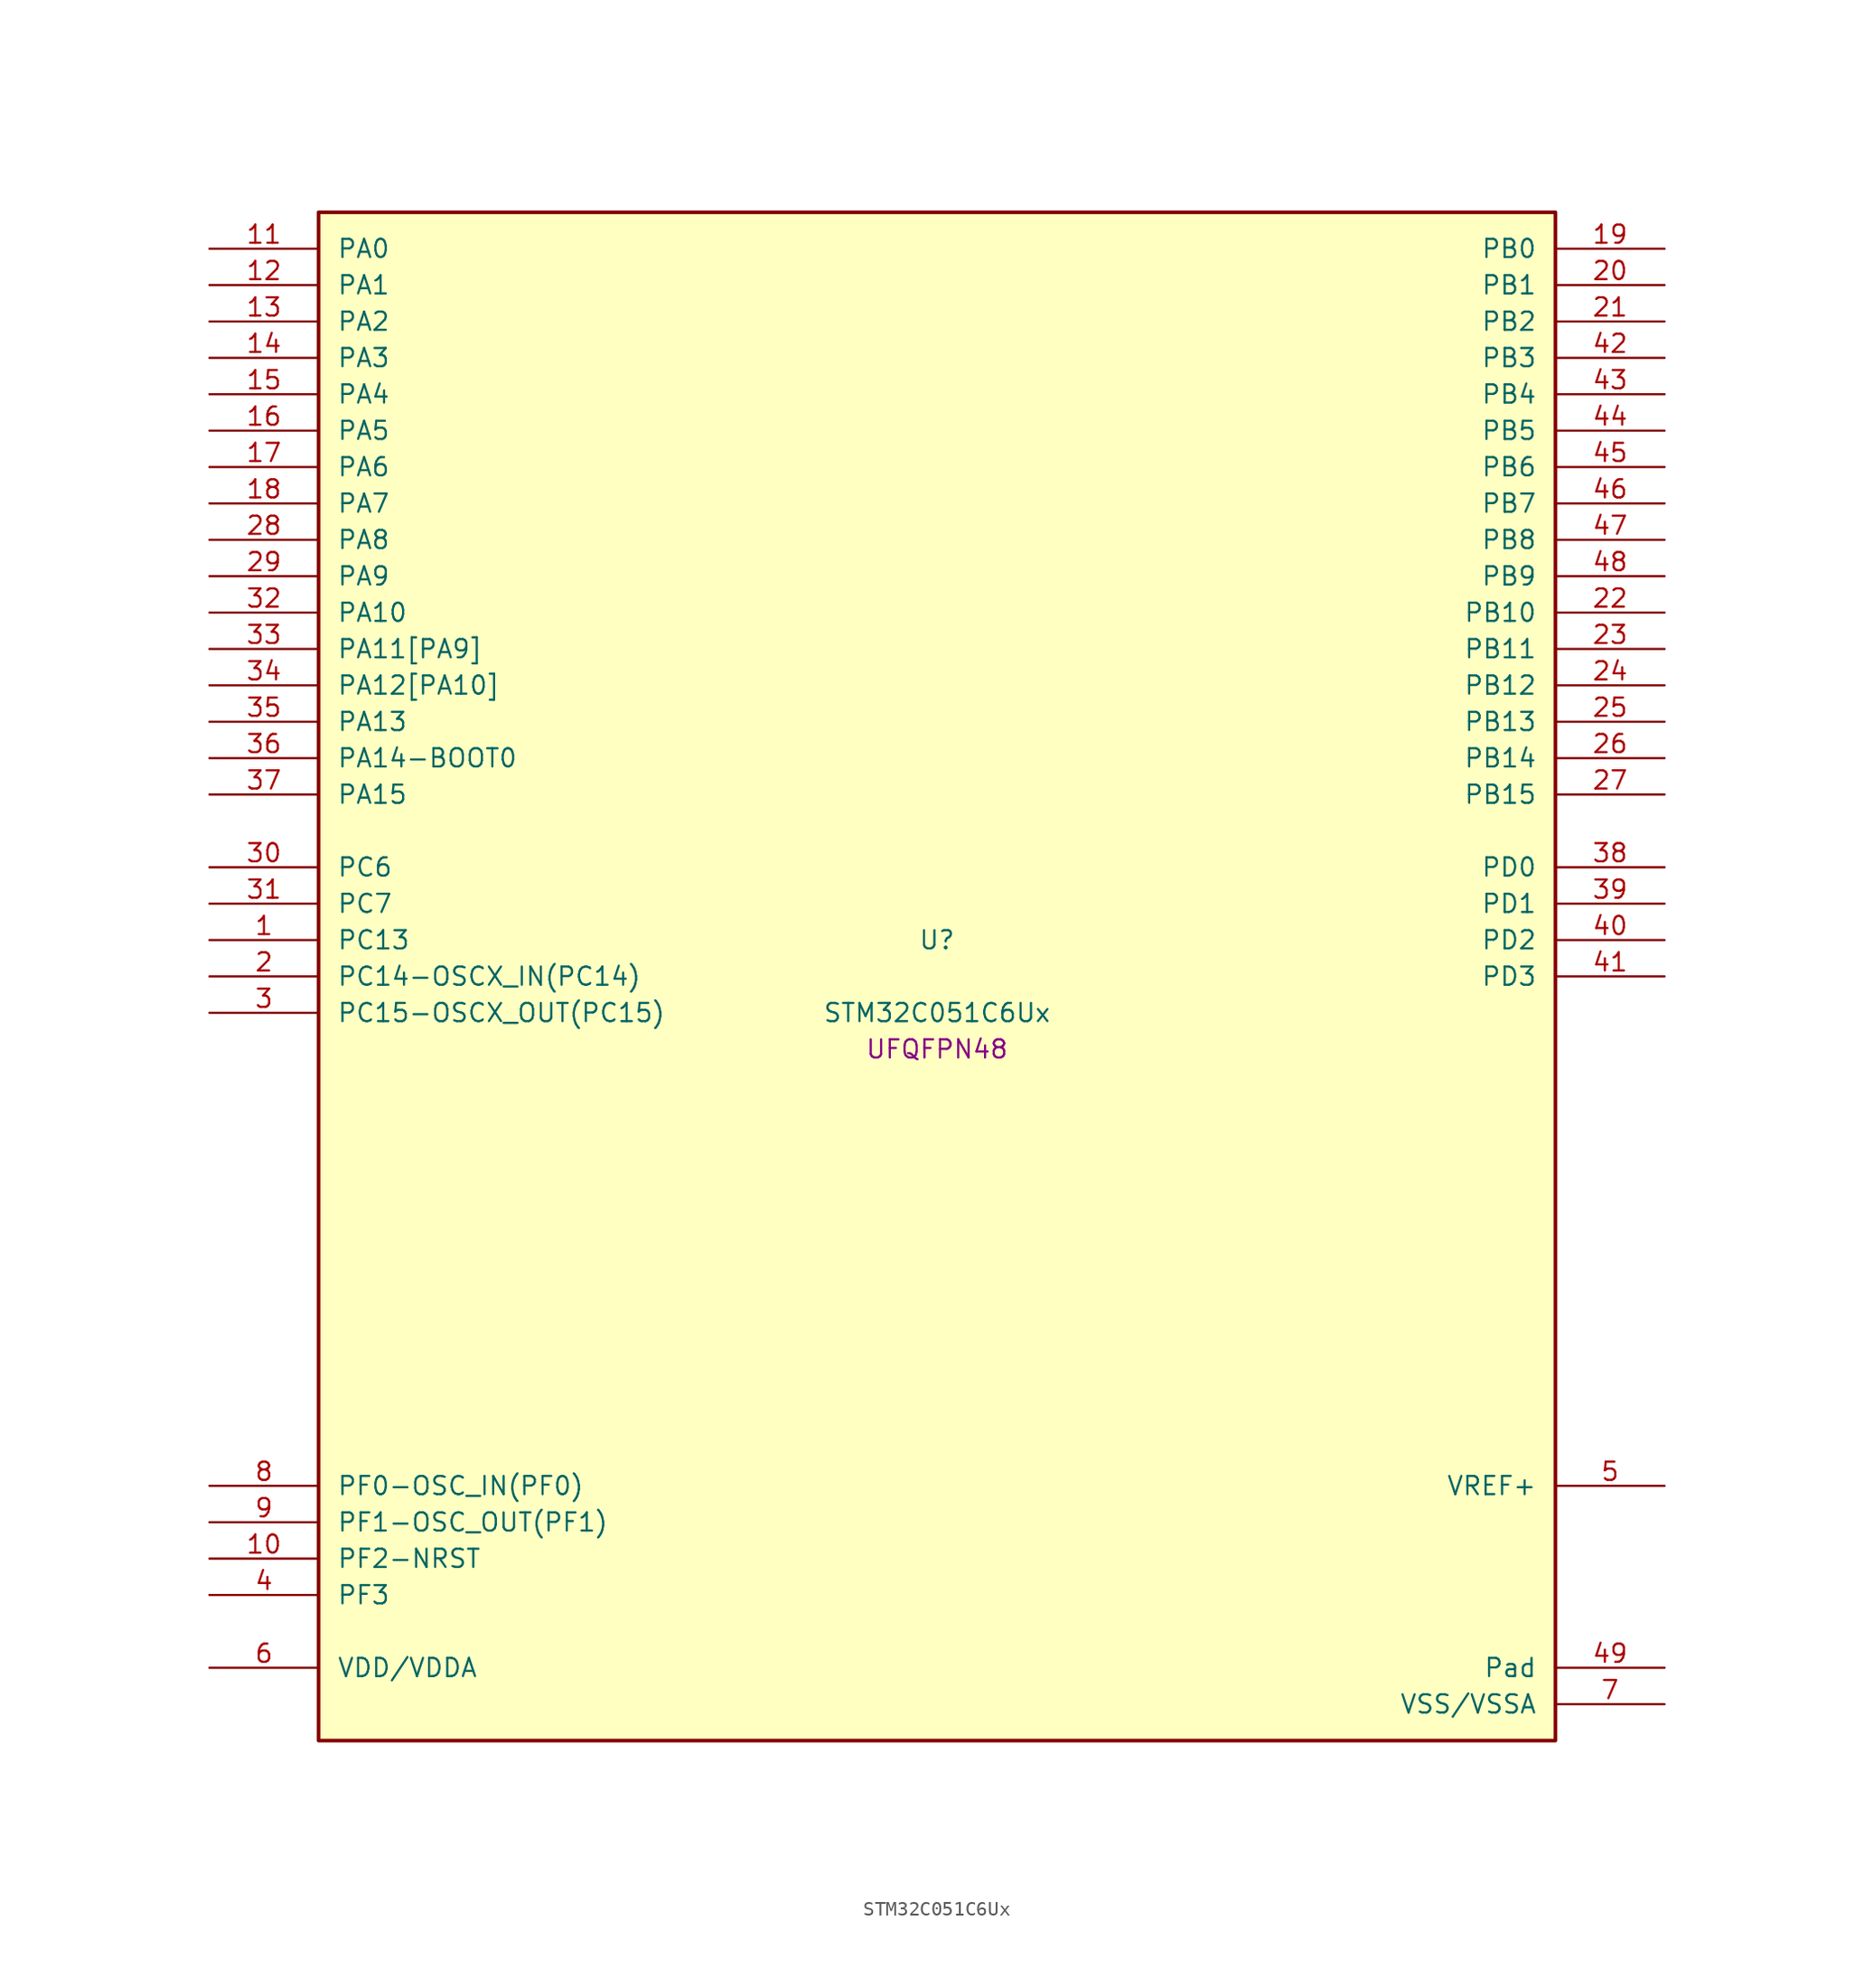
<source format=kicad_sym>
(kicad_symbol_lib
  (version 20241209)
  (generator "stm32_pkl_generator")
  (generator_version "1.0")
  (symbol "STM32C051C6Ux"
    (pin_names
      (offset 1.27))
    (property "Reference" "U"
      (at 0 2.54 0))
    (property "Value" "STM32C051C6Ux"
      (at 0 -2.54 0))
    (property "Footprint" "UFQFPN48"
      (at 0 -5.08 0))
    (symbol "STM32C051C6Ux_1_1"
      (rectangle (start -43.18 53.34) (end 43.18 -53.34) (stroke (width 0.254) (type solid)) (fill (type background)))
      (pin bidirectional line (at -50.8 50.8 0) (length 7.62) (name "PA0") (number "11") (alternate "PA0/ADC1_IN0" bidirectional line) (alternate "PA0/PWR_WKUP1" bidirectional line) (alternate "PA0/SPI2_SCK" bidirectional line) (alternate "PA0/TIM16_CH1" bidirectional line) (alternate "PA0/TIM1_CH1" bidirectional line) (alternate "PA0/TIM2_CH1" bidirectional line) (alternate "PA0/TIM2_ETR" bidirectional line) (alternate "PA0/USART1_TX" bidirectional line) (alternate "PA0/USART2_CTS" bidirectional line) (alternate "PA0/USART2_NSS" bidirectional line))
      (pin bidirectional line (at -50.8 48.26 0) (length 7.62) (name "PA1") (number "12") (alternate "PA1/ADC1_IN1" bidirectional line) (alternate "PA1/I2C1_SMBA" bidirectional line) (alternate "PA1/I2S1_CK" bidirectional line) (alternate "PA1/SPI1_SCK" bidirectional line) (alternate "PA1/TIM17_CH1" bidirectional line) (alternate "PA1/TIM1_CH2" bidirectional line) (alternate "PA1/TIM2_CH2" bidirectional line) (alternate "PA1/USART1_RX" bidirectional line) (alternate "PA1/USART2_CK" bidirectional line) (alternate "PA1/USART2_DE" bidirectional line) (alternate "PA1/USART2_RTS" bidirectional line))
      (pin bidirectional line (at -50.8 45.72 0) (length 7.62) (name "PA2") (number "13") (alternate "PA2/ADC1_IN2" bidirectional line) (alternate "PA2/I2S1_SD" bidirectional line) (alternate "PA2/PWR_WKUP4" bidirectional line) (alternate "PA2/RCC_LSCO" bidirectional line) (alternate "PA2/SPI1_MOSI" bidirectional line) (alternate "PA2/TIM16_CH1N" bidirectional line) (alternate "PA2/TIM1_CH3" bidirectional line) (alternate "PA2/TIM2_CH3" bidirectional line) (alternate "PA2/TIM3_ETR" bidirectional line) (alternate "PA2/USART2_TX" bidirectional line))
      (pin bidirectional line (at -50.8 43.18 0) (length 7.62) (name "PA3") (number "14") (alternate "PA3/ADC1_IN3" bidirectional line) (alternate "PA3/SPI2_MISO" bidirectional line) (alternate "PA3/TIM1_CH1N" bidirectional line) (alternate "PA3/TIM1_CH4" bidirectional line) (alternate "PA3/TIM2_CH4" bidirectional line) (alternate "PA3/USART2_RX" bidirectional line))
      (pin bidirectional line (at -50.8 40.64 0) (length 7.62) (name "PA4") (number "15") (alternate "PA4/ADC1_IN4" bidirectional line) (alternate "PA4/I2S1_WS" bidirectional line) (alternate "PA4/RTC_OUT2" bidirectional line) (alternate "PA4/SPI1_NSS" bidirectional line) (alternate "PA4/SPI2_MOSI" bidirectional line) (alternate "PA4/TIM14_CH1" bidirectional line) (alternate "PA4/TIM17_CH1N" bidirectional line) (alternate "PA4/TIM1_CH2N" bidirectional line) (alternate "PA4/USART2_TX" bidirectional line))
      (pin bidirectional line (at -50.8 38.1 0) (length 7.62) (name "PA5") (number "16") (alternate "PA5/ADC1_IN5" bidirectional line) (alternate "PA5/I2S1_CK" bidirectional line) (alternate "PA5/SPI1_SCK" bidirectional line) (alternate "PA5/TIM1_CH1" bidirectional line) (alternate "PA5/TIM1_CH3N" bidirectional line) (alternate "PA5/TIM2_CH1" bidirectional line) (alternate "PA5/TIM2_ETR" bidirectional line) (alternate "PA5/USART2_RX" bidirectional line))
      (pin bidirectional line (at -50.8 35.56 0) (length 7.62) (name "PA6") (number "17") (alternate "PA6/ADC1_IN6" bidirectional line) (alternate "PA6/I2C2_SDA" bidirectional line) (alternate "PA6/I2S1_MCK" bidirectional line) (alternate "PA6/SPI1_MISO" bidirectional line) (alternate "PA6/TIM16_CH1" bidirectional line) (alternate "PA6/TIM1_BKIN" bidirectional line) (alternate "PA6/TIM3_CH1" bidirectional line) (alternate "PA6/USART1_TX" bidirectional line))
      (pin bidirectional line (at -50.8 33.02 0) (length 7.62) (name "PA7") (number "18") (alternate "PA7/ADC1_IN7" bidirectional line) (alternate "PA7/I2C2_SCL" bidirectional line) (alternate "PA7/I2S1_SD" bidirectional line) (alternate "PA7/SPI1_MOSI" bidirectional line) (alternate "PA7/TIM14_CH1" bidirectional line) (alternate "PA7/TIM17_CH1" bidirectional line) (alternate "PA7/TIM1_CH1N" bidirectional line) (alternate "PA7/TIM3_CH2" bidirectional line) (alternate "PA7/USART1_RX" bidirectional line))
      (pin bidirectional line (at -50.8 30.48 0) (length 7.62) (name "PA8") (number "28") (alternate "PA8/ADC1_IN8" bidirectional line) (alternate "PA8/I2S1_WS" bidirectional line) (alternate "PA8/RCC_MCO" bidirectional line) (alternate "PA8/RCC_MCO_2" bidirectional line) (alternate "PA8/SPI1_NSS" bidirectional line) (alternate "PA8/SPI2_MISO" bidirectional line) (alternate "PA8/SPI2_NSS" bidirectional line) (alternate "PA8/TIM14_CH1" bidirectional line) (alternate "PA8/TIM1_CH1" bidirectional line) (alternate "PA8/TIM1_CH2N" bidirectional line) (alternate "PA8/TIM1_CH3N" bidirectional line) (alternate "PA8/TIM3_CH3" bidirectional line) (alternate "PA8/TIM3_CH4" bidirectional line) (alternate "PA8/USART1_RX" bidirectional line) (alternate "PA8/USART2_TX" bidirectional line))
      (pin bidirectional line (at -50.8 27.94 0) (length 7.62) (name "PA9") (number "29") (alternate "PA9/I2C1_SCL" bidirectional line) (alternate "PA9/I2C2_SCL" bidirectional line) (alternate "PA9/RCC_MCO" bidirectional line) (alternate "PA9/SPI2_MISO" bidirectional line) (alternate "PA9/TIM1_CH2" bidirectional line) (alternate "PA9/TIM3_ETR" bidirectional line) (alternate "PA9/USART1_TX" bidirectional line) (alternate "PA9/NC" bidirectional line))
      (pin bidirectional line (at -50.8 25.4 0) (length 7.62) (name "PA10") (number "32") (alternate "PA10/I2C1_SDA" bidirectional line) (alternate "PA10/I2C2_SDA" bidirectional line) (alternate "PA10/RCC_MCO_2" bidirectional line) (alternate "PA10/SPI2_MOSI" bidirectional line) (alternate "PA10/TIM17_BKIN" bidirectional line) (alternate "PA10/TIM1_CH3" bidirectional line) (alternate "PA10/USART1_RX" bidirectional line) (alternate "PA10/NC" bidirectional line))
      (pin bidirectional line (at -50.8 22.86 0) (length 7.62) (name "PA11[PA9]") (number "33") (alternate "PA11[PA9]/ADC1_EXTI11" bidirectional line) (alternate "PA11[PA9]/ADC1_IN11" bidirectional line) (alternate "PA11[PA9]/I2C2_SCL" bidirectional line) (alternate "PA11[PA9]/I2S1_MCK" bidirectional line) (alternate "PA11[PA9]/SPI1_MISO" bidirectional line) (alternate "PA11[PA9]/TIM1_BKIN2" bidirectional line) (alternate "PA11[PA9]/TIM1_CH4" bidirectional line) (alternate "PA11[PA9]/USART1_CTS" bidirectional line) (alternate "PA11[PA9]/USART1_NSS" bidirectional line) (alternate "PA11[PA9]/PA9[PA11]" bidirectional line) (alternate "PA11[PA9]/I2C1_SCL" bidirectional line) (alternate "PA11[PA9]/RCC_MCO" bidirectional line) (alternate "PA11[PA9]/SPI2_MISO" bidirectional line) (alternate "PA11[PA9]/TIM1_CH2" bidirectional line) (alternate "PA11[PA9]/TIM3_ETR" bidirectional line) (alternate "PA11[PA9]/USART1_TX" bidirectional line))
      (pin bidirectional line (at -50.8 20.32 0) (length 7.62) (name "PA12[PA10]") (number "34") (alternate "PA12[PA10]/ADC1_IN12" bidirectional line) (alternate "PA12[PA10]/I2C2_SDA" bidirectional line) (alternate "PA12[PA10]/I2S1_SD" bidirectional line) (alternate "PA12[PA10]/I2S_CKIN" bidirectional line) (alternate "PA12[PA10]/SPI1_MOSI" bidirectional line) (alternate "PA12[PA10]/TIM1_ETR" bidirectional line) (alternate "PA12[PA10]/USART1_CK" bidirectional line) (alternate "PA12[PA10]/USART1_DE" bidirectional line) (alternate "PA12[PA10]/USART1_RTS" bidirectional line) (alternate "PA12[PA10]/PA10[PA12]" bidirectional line) (alternate "PA12[PA10]/I2C1_SDA" bidirectional line) (alternate "PA12[PA10]/RCC_MCO_2" bidirectional line) (alternate "PA12[PA10]/SPI2_MOSI" bidirectional line) (alternate "PA12[PA10]/TIM17_BKIN" bidirectional line) (alternate "PA12[PA10]/TIM1_CH3" bidirectional line) (alternate "PA12[PA10]/USART1_RX" bidirectional line))
      (pin bidirectional line (at -50.8 17.78 0) (length 7.62) (name "PA13") (number "35") (alternate "PA13/ADC1_IN13" bidirectional line) (alternate "PA13/DEBUG_SWDIO" bidirectional line) (alternate "PA13/IR_OUT" bidirectional line) (alternate "PA13/TIM3_ETR" bidirectional line) (alternate "PA13/USART2_RX" bidirectional line))
      (pin bidirectional line (at -50.8 15.24 0) (length 7.62) (name "PA14-BOOT0") (number "36") (alternate "PA14-BOOT0/ADC1_IN14" bidirectional line) (alternate "PA14-BOOT0/BOOT0" bidirectional line) (alternate "PA14-BOOT0/DEBUG_SWCLK" bidirectional line) (alternate "PA14-BOOT0/I2S1_WS" bidirectional line) (alternate "PA14-BOOT0/RCC_MCO_2" bidirectional line) (alternate "PA14-BOOT0/SPI1_NSS" bidirectional line) (alternate "PA14-BOOT0/TIM1_CH1" bidirectional line) (alternate "PA14-BOOT0/USART1_CK" bidirectional line) (alternate "PA14-BOOT0/USART1_DE" bidirectional line) (alternate "PA14-BOOT0/USART1_RTS" bidirectional line) (alternate "PA14-BOOT0/USART2_RX" bidirectional line) (alternate "PA14-BOOT0/USART2_TX" bidirectional line))
      (pin bidirectional line (at -50.8 12.7 0) (length 7.62) (name "PA15") (number "37") (alternate "PA15/I2S1_WS" bidirectional line) (alternate "PA15/RCC_MCO_2" bidirectional line) (alternate "PA15/SPI1_NSS" bidirectional line) (alternate "PA15/TIM1_CH1" bidirectional line) (alternate "PA15/TIM2_CH1" bidirectional line) (alternate "PA15/TIM2_ETR" bidirectional line) (alternate "PA15/USART1_CK" bidirectional line) (alternate "PA15/USART1_DE" bidirectional line) (alternate "PA15/USART1_RTS" bidirectional line) (alternate "PA15/USART2_RX" bidirectional line))
      (pin bidirectional line (at 50.8 50.8 180) (length 7.62) (name "PB0") (number "19") (alternate "PB0/ADC1_IN17" bidirectional line) (alternate "PB0/I2S1_WS" bidirectional line) (alternate "PB0/SPI1_NSS" bidirectional line) (alternate "PB0/TIM1_CH2N" bidirectional line) (alternate "PB0/TIM3_CH3" bidirectional line))
      (pin bidirectional line (at 50.8 48.26 180) (length 7.62) (name "PB1") (number "20") (alternate "PB1/ADC1_IN18" bidirectional line) (alternate "PB1/TIM14_CH1" bidirectional line) (alternate "PB1/TIM1_CH2N" bidirectional line) (alternate "PB1/TIM1_CH3N" bidirectional line) (alternate "PB1/TIM3_CH4" bidirectional line))
      (pin bidirectional line (at 50.8 45.72 180) (length 7.62) (name "PB2") (number "21") (alternate "PB2/ADC1_IN19" bidirectional line) (alternate "PB2/RCC_MCO_2" bidirectional line) (alternate "PB2/SPI2_MISO" bidirectional line) (alternate "PB2/USART1_RX" bidirectional line))
      (pin bidirectional line (at 50.8 43.18 180) (length 7.62) (name "PB3") (number "42") (alternate "PB3/I2C2_SCL" bidirectional line) (alternate "PB3/I2S1_CK" bidirectional line) (alternate "PB3/SPI1_SCK" bidirectional line) (alternate "PB3/TIM1_CH2" bidirectional line) (alternate "PB3/TIM2_CH2" bidirectional line) (alternate "PB3/TIM3_CH2" bidirectional line) (alternate "PB3/USART1_CK" bidirectional line) (alternate "PB3/USART1_DE" bidirectional line) (alternate "PB3/USART1_RTS" bidirectional line))
      (pin bidirectional line (at 50.8 40.64 180) (length 7.62) (name "PB4") (number "43") (alternate "PB4/I2C2_SDA" bidirectional line) (alternate "PB4/I2S1_MCK" bidirectional line) (alternate "PB4/SPI1_MISO" bidirectional line) (alternate "PB4/TIM17_BKIN" bidirectional line) (alternate "PB4/TIM3_CH1" bidirectional line) (alternate "PB4/USART1_CTS" bidirectional line) (alternate "PB4/USART1_NSS" bidirectional line))
      (pin bidirectional line (at 50.8 38.1 180) (length 7.62) (name "PB5") (number "44") (alternate "PB5/I2C1_SMBA" bidirectional line) (alternate "PB5/I2S1_SD" bidirectional line) (alternate "PB5/PWR_WKUP6" bidirectional line) (alternate "PB5/SPI1_MOSI" bidirectional line) (alternate "PB5/TIM16_BKIN" bidirectional line) (alternate "PB5/TIM3_CH2" bidirectional line) (alternate "PB5/TIM3_CH3" bidirectional line))
      (pin bidirectional line (at 50.8 35.56 180) (length 7.62) (name "PB6") (number "45") (alternate "PB6/I2C1_SCL" bidirectional line) (alternate "PB6/I2C1_SMBA" bidirectional line) (alternate "PB6/I2S1_CK" bidirectional line) (alternate "PB6/I2S1_MCK" bidirectional line) (alternate "PB6/I2S1_SD" bidirectional line) (alternate "PB6/PWR_WKUP3" bidirectional line) (alternate "PB6/SPI1_MISO" bidirectional line) (alternate "PB6/SPI1_MOSI" bidirectional line) (alternate "PB6/SPI1_SCK" bidirectional line) (alternate "PB6/SPI2_MISO" bidirectional line) (alternate "PB6/TIM16_BKIN" bidirectional line) (alternate "PB6/TIM16_CH1N" bidirectional line) (alternate "PB6/TIM17_BKIN" bidirectional line) (alternate "PB6/TIM1_CH2" bidirectional line) (alternate "PB6/TIM1_CH3" bidirectional line) (alternate "PB6/TIM3_CH1" bidirectional line) (alternate "PB6/TIM3_CH2" bidirectional line) (alternate "PB6/TIM3_CH3" bidirectional line) (alternate "PB6/USART1_CTS" bidirectional line) (alternate "PB6/USART1_NSS" bidirectional line) (alternate "PB6/USART1_TX" bidirectional line))
      (pin bidirectional line (at 50.8 33.02 180) (length 7.62) (name "PB7") (number "46") (alternate "PB7/I2C1_SCL" bidirectional line) (alternate "PB7/I2C1_SDA" bidirectional line) (alternate "PB7/SPI2_MOSI" bidirectional line) (alternate "PB7/TIM16_CH1" bidirectional line) (alternate "PB7/TIM17_CH1N" bidirectional line) (alternate "PB7/TIM1_CH1" bidirectional line) (alternate "PB7/TIM1_CH4" bidirectional line) (alternate "PB7/TIM3_CH1" bidirectional line) (alternate "PB7/TIM3_CH4" bidirectional line) (alternate "PB7/USART1_RX" bidirectional line) (alternate "PB7/USART2_CTS" bidirectional line) (alternate "PB7/USART2_NSS" bidirectional line))
      (pin bidirectional line (at 50.8 30.48 180) (length 7.62) (name "PB8") (number "47") (alternate "PB8/I2C1_SCL" bidirectional line) (alternate "PB8/SPI2_SCK" bidirectional line) (alternate "PB8/TIM16_CH1" bidirectional line) (alternate "PB8/TIM3_CH1" bidirectional line) (alternate "PB8/USART2_CTS" bidirectional line) (alternate "PB8/USART2_NSS" bidirectional line))
      (pin bidirectional line (at 50.8 27.94 180) (length 7.62) (name "PB9") (number "48") (alternate "PB9/I2C1_SDA" bidirectional line) (alternate "PB9/IR_OUT" bidirectional line) (alternate "PB9/SPI2_NSS" bidirectional line) (alternate "PB9/TIM17_CH1" bidirectional line) (alternate "PB9/TIM3_CH2" bidirectional line) (alternate "PB9/USART2_CK" bidirectional line) (alternate "PB9/USART2_DE" bidirectional line) (alternate "PB9/USART2_RTS" bidirectional line))
      (pin bidirectional line (at 50.8 25.4 180) (length 7.62) (name "PB10") (number "22") (alternate "PB10/ADC1_IN20" bidirectional line) (alternate "PB10/I2C2_SCL" bidirectional line) (alternate "PB10/SPI2_SCK" bidirectional line) (alternate "PB10/TIM2_CH3" bidirectional line))
      (pin bidirectional line (at 50.8 22.86 180) (length 7.62) (name "PB11") (number "23") (alternate "PB11/ADC1_EXTI11" bidirectional line) (alternate "PB11/ADC1_IN21" bidirectional line) (alternate "PB11/I2C2_SDA" bidirectional line) (alternate "PB11/SPI2_MOSI" bidirectional line) (alternate "PB11/TIM2_CH4" bidirectional line))
      (pin bidirectional line (at 50.8 20.32 180) (length 7.62) (name "PB12") (number "24") (alternate "PB12/ADC1_IN22" bidirectional line) (alternate "PB12/SPI2_NSS" bidirectional line) (alternate "PB12/TIM1_BKIN" bidirectional line) (alternate "PB12/TIM1_BKIN2" bidirectional line))
      (pin bidirectional line (at 50.8 17.78 180) (length 7.62) (name "PB13") (number "25") (alternate "PB13/I2C2_SCL" bidirectional line) (alternate "PB13/SPI2_SCK" bidirectional line) (alternate "PB13/TIM1_CH1N" bidirectional line))
      (pin bidirectional line (at 50.8 15.24 180) (length 7.62) (name "PB14") (number "26") (alternate "PB14/I2C2_SDA" bidirectional line) (alternate "PB14/SPI2_MISO" bidirectional line) (alternate "PB14/TIM1_CH2N" bidirectional line))
      (pin bidirectional line (at 50.8 12.7 180) (length 7.62) (name "PB15") (number "27") (alternate "PB15/RTC_REFIN" bidirectional line) (alternate "PB15/SPI2_MOSI" bidirectional line) (alternate "PB15/TIM1_CH3N" bidirectional line))
      (pin bidirectional line (at -50.8 7.62 0) (length 7.62) (name "PC6") (number "30") (alternate "PC6/TIM2_CH3" bidirectional line) (alternate "PC6/TIM3_CH1" bidirectional line))
      (pin bidirectional line (at -50.8 5.08 0) (length 7.62) (name "PC7") (number "31") (alternate "PC7/TIM2_CH4" bidirectional line) (alternate "PC7/TIM3_CH2" bidirectional line))
      (pin bidirectional line (at -50.8 2.54 0) (length 7.62) (name "PC13") (number "1") (alternate "PC13/PWR_WKUP2" bidirectional line) (alternate "PC13/RTC_OUT1" bidirectional line) (alternate "PC13/RTC_TS" bidirectional line) (alternate "PC13/TIM1_BKIN" bidirectional line) (alternate "PC13/TIM1_ETR" bidirectional line))
      (pin bidirectional line (at -50.8 0 0) (length 7.62) (name "PC14-OSCX_IN(PC14)") (number "2") (alternate "PC14-OSCX_IN(PC14)/I2C1_SDA" bidirectional line) (alternate "PC14-OSCX_IN(PC14)/IR_OUT" bidirectional line) (alternate "PC14-OSCX_IN(PC14)/RCC_OSCX_IN" bidirectional line) (alternate "PC14-OSCX_IN(PC14)/SPI2_NSS" bidirectional line) (alternate "PC14-OSCX_IN(PC14)/TIM17_CH1" bidirectional line) (alternate "PC14-OSCX_IN(PC14)/TIM1_BKIN2" bidirectional line) (alternate "PC14-OSCX_IN(PC14)/TIM1_ETR" bidirectional line) (alternate "PC14-OSCX_IN(PC14)/TIM3_CH2" bidirectional line) (alternate "PC14-OSCX_IN(PC14)/USART1_RX" bidirectional line) (alternate "PC14-OSCX_IN(PC14)/USART1_TX" bidirectional line) (alternate "PC14-OSCX_IN(PC14)/USART2_CK" bidirectional line) (alternate "PC14-OSCX_IN(PC14)/USART2_DE" bidirectional line) (alternate "PC14-OSCX_IN(PC14)/USART2_RTS" bidirectional line))
      (pin bidirectional line (at -50.8 -2.54 0) (length 7.62) (name "PC15-OSCX_OUT(PC15)") (number "3") (alternate "PC15-OSCX_OUT(PC15)/RCC_OSC32_EN" bidirectional line) (alternate "PC15-OSCX_OUT(PC15)/RCC_OSCX_OUT" bidirectional line) (alternate "PC15-OSCX_OUT(PC15)/RCC_OSC_EN" bidirectional line) (alternate "PC15-OSCX_OUT(PC15)/TIM1_CH2" bidirectional line) (alternate "PC15-OSCX_OUT(PC15)/TIM1_ETR" bidirectional line) (alternate "PC15-OSCX_OUT(PC15)/TIM3_CH3" bidirectional line))
      (pin bidirectional line (at 50.8 7.62 180) (length 7.62) (name "PD0") (number "38") (alternate "PD0/SPI2_NSS" bidirectional line) (alternate "PD0/TIM16_CH1" bidirectional line))
      (pin bidirectional line (at 50.8 5.08 180) (length 7.62) (name "PD1") (number "39") (alternate "PD1/SPI2_SCK" bidirectional line) (alternate "PD1/TIM17_CH1" bidirectional line))
      (pin bidirectional line (at 50.8 2.54 180) (length 7.62) (name "PD2") (number "40") (alternate "PD2/TIM1_CH1N" bidirectional line) (alternate "PD2/TIM3_ETR" bidirectional line))
      (pin bidirectional line (at 50.8 0 180) (length 7.62) (name "PD3") (number "41") (alternate "PD3/SPI2_MISO" bidirectional line) (alternate "PD3/TIM1_CH2N" bidirectional line) (alternate "PD3/USART2_CTS" bidirectional line) (alternate "PD3/USART2_NSS" bidirectional line))
      (pin bidirectional line (at -50.8 -35.56 0) (length 7.62) (name "PF0-OSC_IN(PF0)") (number "8") (alternate "PF0-OSC_IN(PF0)/RCC_OSC_IN" bidirectional line) (alternate "PF0-OSC_IN(PF0)/TIM14_CH1" bidirectional line))
      (pin bidirectional line (at -50.8 -38.1 0) (length 7.62) (name "PF1-OSC_OUT(PF1)") (number "9") (alternate "PF1-OSC_OUT(PF1)/RCC_OSC_EN" bidirectional line) (alternate "PF1-OSC_OUT(PF1)/RCC_OSC_OUT" bidirectional line))
      (pin bidirectional line (at -50.8 -40.64 0) (length 7.62) (name "PF2-NRST") (number "10") (alternate "PF2-NRST/RCC_MCO" bidirectional line) (alternate "PF2-NRST/TIM1_CH4" bidirectional line))
      (pin bidirectional line (at -50.8 -43.18 0) (length 7.62) (name "PF3") (number "4"))
      (pin bidirectional line (at 50.8 -35.56 180) (length 7.62) (name "VREF+") (number "5"))
      (pin power_in line (at -50.8 -48.26 0) (length 7.62) (name "VDD/VDDA") (number "6"))
      (pin passive line (at 50.8 -48.26 180) (length 7.62) (name "Pad") (number "49"))
      (pin power_in line (at 50.8 -50.8 180) (length 7.62) (name "VSS/VSSA") (number "7")))))
</source>
